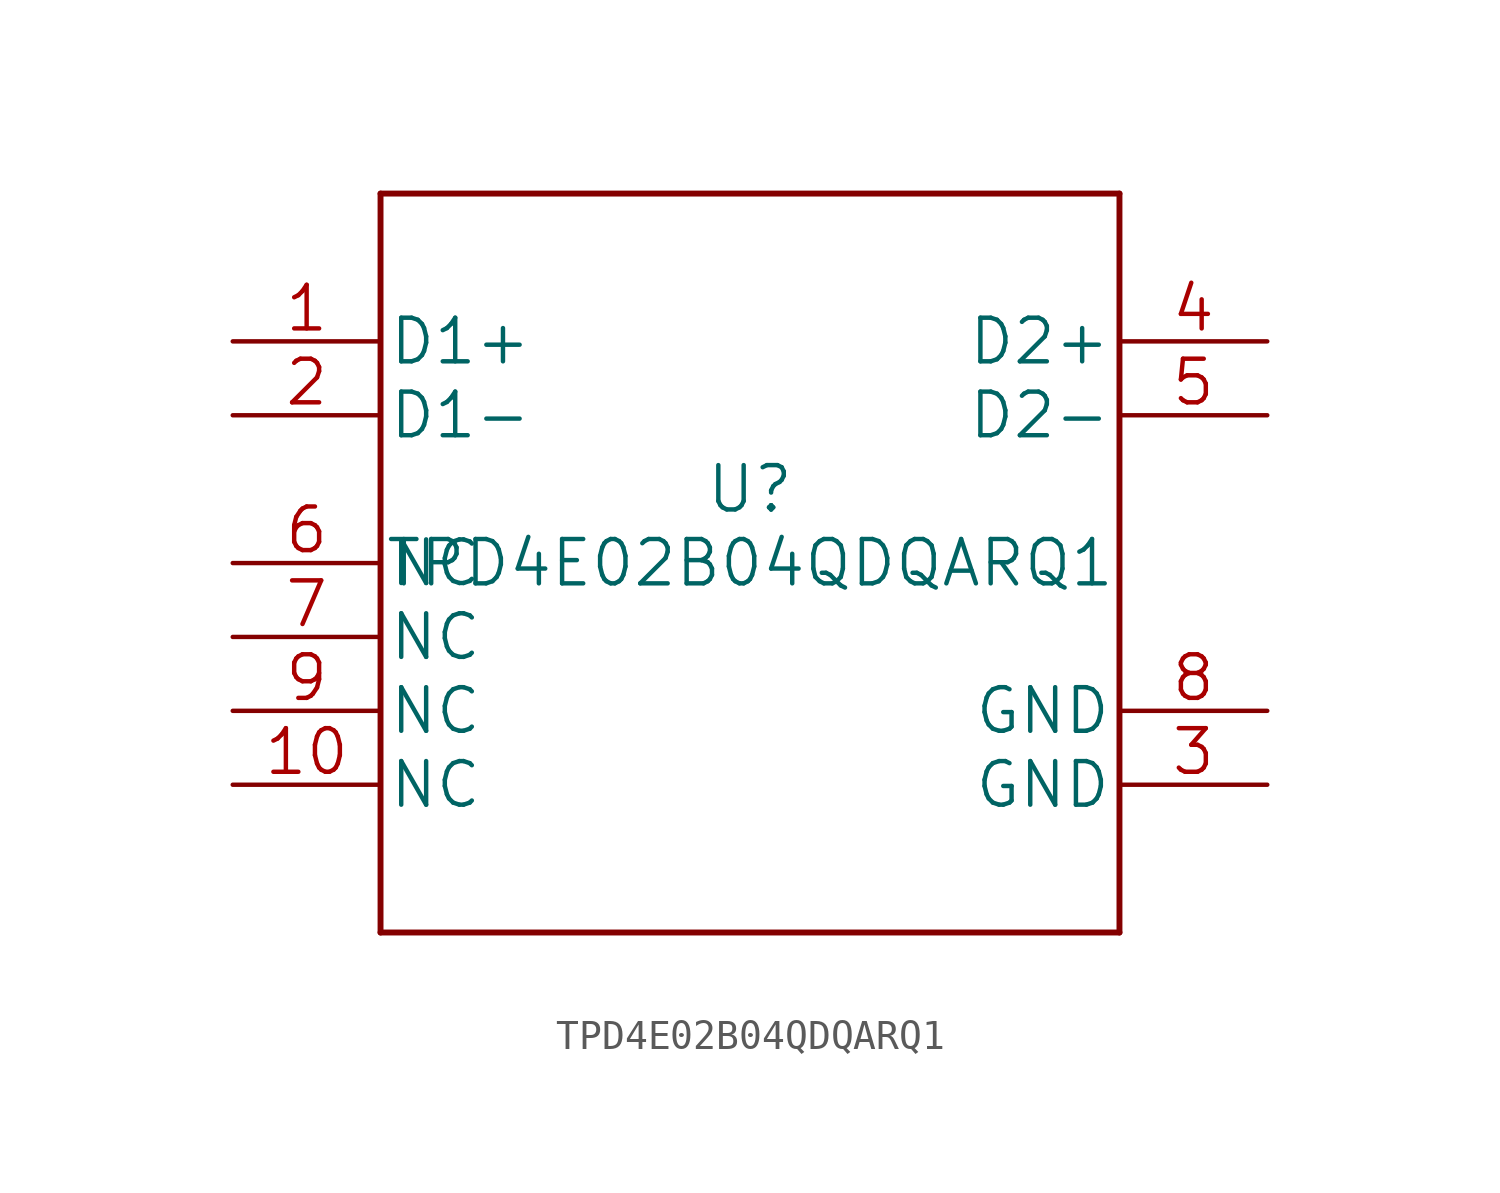
<source format=kicad_sym>
(kicad_symbol_lib
  (version 20211014)
  (generator kicad_symbol_editor)
  (symbol "TPD4E02B04QDQARQ1"
    (pin_names
      (offset 0.254))
    (property "Reference" "U"
      (at 0 2.54 0)
      (effects (font (size 1.524 1.524))))
    (property "Value" "TPD4E02B04QDQARQ1"
      (at 0 0 0)
      (effects (font (size 1.524 1.524))))
    (property "Datasheet" ""
      (at 0 0 0)
      (effects (font (size 1.524 1.524))))
    (symbol "TPD4E02B04QDQARQ1_1_1"
      (polyline (pts (xy -12.7 -12.7) (xy 12.7 -12.7)) (stroke (width 0.203) (type default) (color 0 0 0 0)) (fill (type none)))
      (polyline (pts (xy -12.7 12.7) (xy -12.7 -12.7)) (stroke (width 0.203) (type default) (color 0 0 0 0)) (fill (type none)))
      (polyline (pts (xy 12.7 -12.7) (xy 12.7 12.7)) (stroke (width 0.203) (type default) (color 0 0 0 0)) (fill (type none)))
      (polyline (pts (xy 12.7 12.7) (xy -12.7 12.7)) (stroke (width 0.203) (type default) (color 0 0 0 0)) (fill (type none)))
      (pin bidirectional line (at -17.78 7.62 0) (length 5.08) (name "D1+" (effects (font (size 1.499 1.499)))) (number "1" (effects (font (size 1.499 1.499)))))
      (pin unspecified line (at -17.78 -7.62 0) (length 5.08) (name "NC" (effects (font (size 1.499 1.499)))) (number "10" (effects (font (size 1.499 1.499)))))
      (pin bidirectional line (at -17.78 5.08 0) (length 5.08) (name "D1-" (effects (font (size 1.499 1.499)))) (number "2" (effects (font (size 1.499 1.499)))))
      (pin power_in line (at 17.78 -7.62 180) (length 5.08) (name "GND" (effects (font (size 1.499 1.499)))) (number "3" (effects (font (size 1.499 1.499)))))
      (pin bidirectional line (at 17.78 7.62 180) (length 5.08) (name "D2+" (effects (font (size 1.499 1.499)))) (number "4" (effects (font (size 1.499 1.499)))))
      (pin bidirectional line (at 17.78 5.08 180) (length 5.08) (name "D2-" (effects (font (size 1.499 1.499)))) (number "5" (effects (font (size 1.499 1.499)))))
      (pin unspecified line (at -17.78 0 0) (length 5.08) (name "NC" (effects (font (size 1.499 1.499)))) (number "6" (effects (font (size 1.499 1.499)))))
      (pin unspecified line (at -17.78 -2.54 0) (length 5.08) (name "NC" (effects (font (size 1.499 1.499)))) (number "7" (effects (font (size 1.499 1.499)))))
      (pin power_in line (at 17.78 -5.08 180) (length 5.08) (name "GND" (effects (font (size 1.499 1.499)))) (number "8" (effects (font (size 1.499 1.499)))))
      (pin unspecified line (at -17.78 -5.08 0) (length 5.08) (name "NC" (effects (font (size 1.499 1.499)))) (number "9" (effects (font (size 1.499 1.499))))))))
</source>
